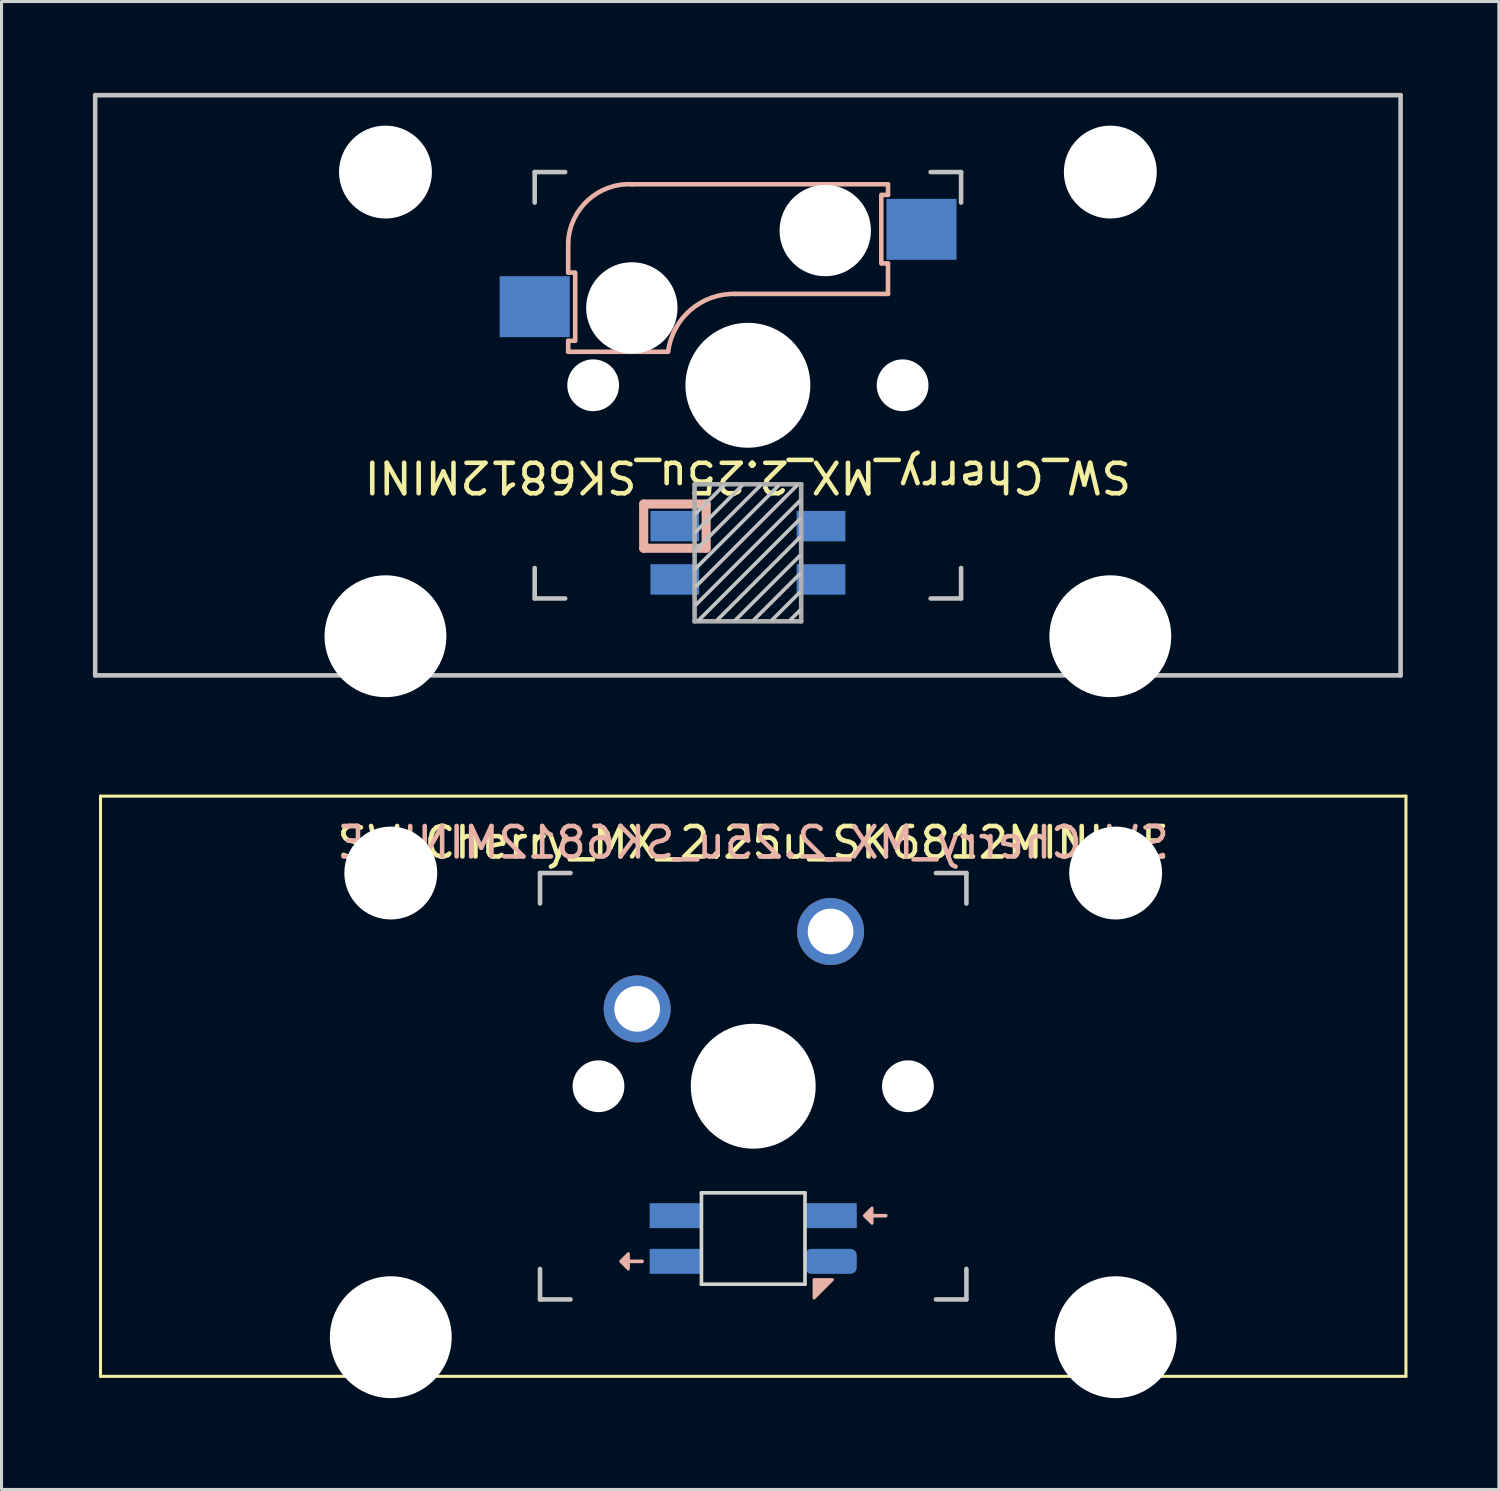
<source format=kicad_pcb>
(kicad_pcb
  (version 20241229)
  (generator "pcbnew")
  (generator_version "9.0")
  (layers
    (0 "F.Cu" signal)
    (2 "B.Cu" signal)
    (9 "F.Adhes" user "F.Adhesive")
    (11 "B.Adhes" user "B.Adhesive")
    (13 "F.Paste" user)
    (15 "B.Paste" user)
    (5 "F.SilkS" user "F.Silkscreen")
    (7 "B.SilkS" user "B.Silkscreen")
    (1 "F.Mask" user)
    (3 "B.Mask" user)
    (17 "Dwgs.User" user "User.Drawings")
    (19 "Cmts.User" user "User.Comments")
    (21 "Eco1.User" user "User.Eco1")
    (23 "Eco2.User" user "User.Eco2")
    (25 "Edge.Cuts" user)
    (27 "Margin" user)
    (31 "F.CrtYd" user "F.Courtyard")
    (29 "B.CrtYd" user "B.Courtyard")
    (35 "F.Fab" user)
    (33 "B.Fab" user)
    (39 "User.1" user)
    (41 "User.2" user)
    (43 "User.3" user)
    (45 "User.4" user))
  (footprint "SW_Cherry_MX_2.25u_SK6812MINI"
    (layer "F.Cu")
    (at 21.506 9.6)
    (property "Reference" "SW_Cherry_MX_2.25u_SK6812MINI" (at 0 3 180) (unlocked yes) (layer "F.SilkS") (effects (font (size 1 1) (thickness 0.15))))
    (attr through_hole)
    (fp_line (start -5.9 -4.7) (end -5.9 -3.7) (stroke (width 0.15) (type solid)) (layer "B.SilkS"))
    (fp_line (start -5.9 -3.7) (end -5.7 -3.7) (stroke (width 0.15) (type solid)) (layer "B.SilkS"))
    (fp_line (start -5.9 -1.1) (end -5.9 -1.46) (stroke (width 0.15) (type solid)) (layer "B.SilkS"))
    (fp_line (start -5.9 -1.1) (end -2.62 -1.1) (stroke (width 0.15) (type solid)) (layer "B.SilkS"))
    (fp_line (start -5.7 -1.46) (end -5.9 -1.46) (stroke (width 0.15) (type solid)) (layer "B.SilkS"))
    (fp_line (start -5.67 -3.7) (end -5.67 -1.46) (stroke (width 0.15) (type solid)) (layer "B.SilkS"))
    (fp_line (start -3.421 3.9) (end -1.371 3.9) (stroke (width 0.3) (type solid)) (layer "B.SilkS"))
    (fp_line (start -3.421 5.35) (end -3.421 3.9) (stroke (width 0.3) (type solid)) (layer "B.SilkS"))
    (fp_line (start -1.371 3.9) (end -1.371 5.35) (stroke (width 0.3) (type solid)) (layer "B.SilkS"))
    (fp_line (start -1.371 5.35) (end -3.421 5.35) (stroke (width 0.3) (type solid)) (layer "B.SilkS"))
    (fp_line (start -0.4 -3) (end 4.6 -3) (stroke (width 0.15) (type solid)) (layer "B.SilkS"))
    (fp_line (start 4.38 -4) (end 4.38 -6.25) (stroke (width 0.15) (type solid)) (layer "B.SilkS"))
    (fp_line (start 4.4 -6.25) (end 4.6 -6.25) (stroke (width 0.15) (type solid)) (layer "B.SilkS"))
    (fp_line (start 4.6 -6.6) (end -3.8 -6.6) (stroke (width 0.15) (type solid)) (layer "B.SilkS"))
    (fp_line (start 4.6 -6.25) (end 4.6 -6.6) (stroke (width 0.15) (type solid)) (layer "B.SilkS"))
    (fp_line (start 4.6 -4) (end 4.4 -4) (stroke (width 0.15) (type solid)) (layer "B.SilkS"))
    (fp_line (start 4.6 -3) (end 4.6 -4) (stroke (width 0.15) (type solid)) (layer "B.SilkS"))
    (fp_arc (start -5.9 -4.699999) (mid -5.243504 -6.084924) (end -3.800001 -6.6) (stroke (width 0.15) (type solid)) (layer "B.SilkS"))
    (fp_arc (start -2.616318 -1.121471) (mid -1.868709 -2.486118) (end -0.4 -3) (stroke (width 0.15) (type solid)) (layer "B.SilkS"))
    (fp_line (start -21.431 -9.525) (end 21.431 -9.525) (stroke (width 0.15) (type solid)) (layer "Dwgs.User"))
    (fp_line (start -21.431 9.525) (end -21.431 -9.525) (stroke (width 0.15) (type solid)) (layer "Dwgs.User"))
    (fp_line (start -7 -7) (end -6 -7) (stroke (width 0.15) (type solid)) (layer "Dwgs.User"))
    (fp_line (start -7 -6) (end -7 -7) (stroke (width 0.15) (type solid)) (layer "Dwgs.User"))
    (fp_line (start -7 6) (end -7 7) (stroke (width 0.15) (type solid)) (layer "Dwgs.User"))
    (fp_line (start -7 7) (end -6 7) (stroke (width 0.15) (type solid)) (layer "Dwgs.User"))
    (fp_line (start -0.8 3.3) (end -1.7 4.2) (stroke (width 0.12) (type solid)) (layer "Dwgs.User"))
    (fp_line (start -0.2 3.3) (end -1.7 4.8) (stroke (width 0.12) (type solid)) (layer "Dwgs.User"))
    (fp_line (start 0.4 3.3) (end -1.7 5.4) (stroke (width 0.12) (type solid)) (layer "Dwgs.User"))
    (fp_line (start 1 3.3) (end -1.7 6) (stroke (width 0.12) (type solid)) (layer "Dwgs.User"))
    (fp_line (start 1.6 3.3) (end -1.7 6.6) (stroke (width 0.12) (type solid)) (layer "Dwgs.User"))
    (fp_line (start 1.7 3.8) (end -1.7 7.2) (stroke (width 0.12) (type solid)) (layer "Dwgs.User"))
    (fp_line (start 1.7 4.4) (end -1.6 7.7) (stroke (width 0.12) (type solid)) (layer "Dwgs.User"))
    (fp_line (start 1.7 5) (end -1 7.7) (stroke (width 0.12) (type solid)) (layer "Dwgs.User"))
    (fp_line (start 1.7 5.6) (end -0.4 7.7) (stroke (width 0.12) (type solid)) (layer "Dwgs.User"))
    (fp_line (start 1.7 6.2) (end 0.2 7.7) (stroke (width 0.12) (type solid)) (layer "Dwgs.User"))
    (fp_line (start 1.7 6.8) (end 0.8 7.7) (stroke (width 0.12) (type solid)) (layer "Dwgs.User"))
    (fp_line (start 1.7 7.4) (end 1.4 7.7) (stroke (width 0.12) (type solid)) (layer "Dwgs.User"))
    (fp_line (start 6 7) (end 7 7) (stroke (width 0.15) (type solid)) (layer "Dwgs.User"))
    (fp_line (start 7 -7) (end 6 -7) (stroke (width 0.15) (type solid)) (layer "Dwgs.User"))
    (fp_line (start 7 -7) (end 7 -6) (stroke (width 0.15) (type solid)) (layer "Dwgs.User"))
    (fp_line (start 7 7) (end 7 6) (stroke (width 0.15) (type solid)) (layer "Dwgs.User"))
    (fp_line (start 21.431 -9.525) (end 21.431 9.525) (stroke (width 0.15) (type solid)) (layer "Dwgs.User"))
    (fp_line (start 21.431 9.525) (end -21.431 9.525) (stroke (width 0.15) (type solid)) (layer "Dwgs.User"))
    (fp_line (start -16.129 -2.286) (end -15.265 -2.286) (stroke (width 0.05) (type solid)) (layer "Eco1.User"))
    (fp_line (start -16.129 0.508) (end -16.129 -2.286) (stroke (width 0.05) (type solid)) (layer "Eco1.User"))
    (fp_line (start -15.265 -5.69) (end -8.611 -5.69) (stroke (width 0.05) (type solid)) (layer "Eco1.User"))
    (fp_line (start -15.265 -2.286) (end -15.265 -5.69) (stroke (width 0.05) (type solid)) (layer "Eco1.User"))
    (fp_line (start -15.265 0.508) (end -16.129 0.508) (stroke (width 0.05) (type solid)) (layer "Eco1.User"))
    (fp_line (start -15.265 6.604) (end -15.265 0.508) (stroke (width 0.05) (type solid)) (layer "Eco1.User"))
    (fp_line (start -14.224 6.604) (end -15.265 6.604) (stroke (width 0.05) (type solid)) (layer "Eco1.User"))
    (fp_line (start -14.224 7.772) (end -14.224 6.604) (stroke (width 0.05) (type solid)) (layer "Eco1.User"))
    (fp_line (start -9.652 6.604) (end -9.652 7.772) (stroke (width 0.05) (type solid)) (layer "Eco1.User"))
    (fp_line (start -9.652 7.772) (end -14.224 7.772) (stroke (width 0.05) (type solid)) (layer "Eco1.User"))
    (fp_line (start -8.611 -5.69) (end -8.611 -4.877) (stroke (width 0.05) (type solid)) (layer "Eco1.User"))
    (fp_line (start -8.611 -4.877) (end -6.985 -4.877) (stroke (width 0.05) (type solid)) (layer "Eco1.User"))
    (fp_line (start -8.611 5.817) (end -8.611 6.604) (stroke (width 0.05) (type solid)) (layer "Eco1.User"))
    (fp_line (start -8.611 6.604) (end -9.652 6.604) (stroke (width 0.05) (type solid)) (layer "Eco1.User"))
    (fp_line (start -6.985 -6.985) (end 6.985 -6.985) (stroke (width 0.05) (type solid)) (layer "Eco1.User"))
    (fp_line (start -6.985 -4.877) (end -6.985 -6.985) (stroke (width 0.05) (type solid)) (layer "Eco1.User"))
    (fp_line (start -6.985 5.817) (end -8.611 5.817) (stroke (width 0.05) (type solid)) (layer "Eco1.User"))
    (fp_line (start -6.985 6.985) (end -6.985 5.817) (stroke (width 0.05) (type solid)) (layer "Eco1.User"))
    (fp_line (start 6.985 -6.985) (end 6.985 -4.877) (stroke (width 0.05) (type solid)) (layer "Eco1.User"))
    (fp_line (start 6.985 -4.877) (end 8.611 -4.877) (stroke (width 0.05) (type solid)) (layer "Eco1.User"))
    (fp_line (start 6.985 5.817) (end 6.985 6.985) (stroke (width 0.05) (type solid)) (layer "Eco1.User"))
    (fp_line (start 6.985 6.985) (end -6.985 6.985) (stroke (width 0.05) (type solid)) (layer "Eco1.User"))
    (fp_line (start 8.611 -5.69) (end 15.265 -5.69) (stroke (width 0.05) (type solid)) (layer "Eco1.User"))
    (fp_line (start 8.611 -4.877) (end 8.611 -5.69) (stroke (width 0.05) (type solid)) (layer "Eco1.User"))
    (fp_line (start 8.611 5.817) (end 6.985 5.817) (stroke (width 0.05) (type solid)) (layer "Eco1.User"))
    (fp_line (start 8.611 6.604) (end 8.611 5.817) (stroke (width 0.05) (type solid)) (layer "Eco1.User"))
    (fp_line (start 9.652 6.604) (end 8.611 6.604) (stroke (width 0.05) (type solid)) (layer "Eco1.User"))
    (fp_line (start 9.652 7.772) (end 9.652 6.604) (stroke (width 0.05) (type solid)) (layer "Eco1.User"))
    (fp_line (start 14.224 6.604) (end 14.224 7.772) (stroke (width 0.05) (type solid)) (layer "Eco1.User"))
    (fp_line (start 14.224 7.772) (end 9.652 7.772) (stroke (width 0.05) (type solid)) (layer "Eco1.User"))
    (fp_line (start 15.265 -5.69) (end 15.265 -2.286) (stroke (width 0.05) (type solid)) (layer "Eco1.User"))
    (fp_line (start 15.265 -2.286) (end 16.129 -2.286) (stroke (width 0.05) (type solid)) (layer "Eco1.User"))
    (fp_line (start 15.265 0.508) (end 15.265 6.604) (stroke (width 0.05) (type solid)) (layer "Eco1.User"))
    (fp_line (start 15.265 6.604) (end 14.224 6.604) (stroke (width 0.05) (type solid)) (layer "Eco1.User"))
    (fp_line (start 16.129 -2.286) (end 16.129 0.508) (stroke (width 0.05) (type solid)) (layer "Eco1.User"))
    (fp_line (start 16.129 0.508) (end 15.265 0.508) (stroke (width 0.05) (type solid)) (layer "Eco1.User"))
    (fp_line (start -1.75 3.25) (end -1.75 7.75) (stroke (width 0.15) (type solid)) (layer "F.Fab"))
    (fp_line (start -1.75 3.25) (end 1.75 3.25) (stroke (width 0.15) (type solid)) (layer "F.Fab"))
    (fp_line (start 1.75 3.25) (end 1.75 7.75) (stroke (width 0.15) (type solid)) (layer "F.Fab"))
    (fp_line (start 1.75 7.75) (end -1.75 7.75) (stroke (width 0.15) (type solid)) (layer "F.Fab"))
    (pad "" np_thru_hole circle (at -11.9 -7) (size 3.05 3.05) (drill 3.05) (layers "*.Cu" "*.Mask"))
    (pad "" np_thru_hole circle (at -11.9 8.24) (size 4 4) (drill 4) (layers "*.Cu" "*.Mask"))
    (pad "" np_thru_hole circle (at -5.08 0) (size 1.7 1.7) (drill 1.7) (layers "*.Cu" "*.Mask"))
    (pad "" np_thru_hole circle (at -3.81 -2.54 180) (size 3 3) (drill 3) (layers "*.Cu" "*.Mask"))
    (pad "" np_thru_hole circle (at 0 0 90) (size 4.1 4.1) (drill 4.1) (layers "*.Cu" "*.Mask"))
    (pad "" np_thru_hole circle (at 2.54 -5.08 180) (size 3 3) (drill 3) (layers "*.Cu" "*.Mask"))
    (pad "" np_thru_hole circle (at 5.08 0) (size 1.7 1.7) (drill 1.7) (layers "*.Cu" "*.Mask"))
    (pad "" np_thru_hole circle (at 11.9 -7) (size 3.05 3.05) (drill 3.05) (layers "*.Cu" "*.Mask"))
    (pad "" np_thru_hole circle (at 11.9 8.24) (size 4 4) (drill 4) (layers "*.Cu" "*.Mask"))
    (pad "1" smd rect (at -2.4 4.625) (size 1.6 1) (layers "B.Cu" "B.Mask" "B.Paste"))
    (pad "2" smd rect (at -2.4 6.375) (size 1.6 1) (layers "B.Cu" "B.Mask" "B.Paste"))
    (pad "3" smd rect (at 2.4 6.375) (size 1.6 1) (layers "B.Cu" "B.Mask" "B.Paste"))
    (pad "4" smd rect (at 2.4 4.625) (size 1.6 1) (layers "B.Cu" "B.Mask" "B.Paste"))
    (pad "5" smd rect (at -7 -2.58 180) (size 2.3 2) (layers "B.Cu" "B.Mask" "B.Paste"))
    (pad "6" smd rect (at 5.7 -5.12 180) (size 2.3 2) (layers "B.Cu" "B.Mask" "B.Paste")))
  (footprint "SW_Cherry_MX_2.25u_SK6812MINI-E"
    (layer "F.Cu")
    (at 0.25 23.09)
    (property "Reference" "SW_Cherry_MX_2.25u_SK6812MINI-E" (at 21.431 1.525 0) (unlocked yes) (layer "F.SilkS") (effects (font (size 1 1) (thickness 0.15))))
    (attr through_hole)
    (fp_line (start 0 0) (end 42.862 0) (stroke (width 0.1) (type solid)) (layer "F.SilkS"))
    (fp_line (start 0 19.05) (end 0 0) (stroke (width 0.1) (type solid)) (layer "F.SilkS"))
    (fp_line (start 42.862 0) (end 42.862 19.05) (stroke (width 0.1) (type solid)) (layer "F.SilkS"))
    (fp_line (start 42.862 19.05) (end 0 19.05) (stroke (width 0.1) (type solid)) (layer "F.SilkS"))
    (fp_line (start 17.331 15.275) (end 17.781 15.275) (stroke (width 0.12) (type solid)) (layer "B.SilkS"))
    (fp_line (start 25.331 13.775) (end 25.781 13.775) (stroke (width 0.12) (type solid)) (layer "B.SilkS"))
    (fp_poly (pts (xy 17.331 15.025) (xy 17.081 15.275) (xy 17.331 15.525)) (stroke (width 0.1) (type solid)) (fill yes) (layer "B.SilkS"))
    (fp_poly (pts (xy 23.431 16.475) (xy 23.431 15.875) (xy 24.031 15.875)) (stroke (width 0.1) (type solid)) (fill yes) (layer "B.SilkS"))
    (fp_poly (pts (xy 25.331 13.525) (xy 25.081 13.775) (xy 25.331 14.025)) (stroke (width 0.1) (type solid)) (fill yes) (layer "B.SilkS"))
    (fp_line (start 14.431 2.525) (end 15.431 2.525) (stroke (width 0.15) (type solid)) (layer "Dwgs.User"))
    (fp_line (start 14.431 3.525) (end 14.431 2.525) (stroke (width 0.15) (type solid)) (layer "Dwgs.User"))
    (fp_line (start 14.431 15.525) (end 14.431 16.525) (stroke (width 0.15) (type solid)) (layer "Dwgs.User"))
    (fp_line (start 14.431 16.525) (end 15.431 16.525) (stroke (width 0.15) (type solid)) (layer "Dwgs.User"))
    (fp_line (start 27.431 16.525) (end 28.431 16.525) (stroke (width 0.15) (type solid)) (layer "Dwgs.User"))
    (fp_line (start 28.431 2.525) (end 27.431 2.525) (stroke (width 0.15) (type solid)) (layer "Dwgs.User"))
    (fp_line (start 28.431 2.525) (end 28.431 3.525) (stroke (width 0.15) (type solid)) (layer "Dwgs.User"))
    (fp_line (start 28.431 16.525) (end 28.431 15.525) (stroke (width 0.15) (type solid)) (layer "Dwgs.User"))
    (fp_line (start 5.301 17.297) (end 5.302 3.835) (stroke (width 0.05) (type solid)) (layer "Eco1.User"))
    (fp_line (start 5.302 3.835) (end 14.38 3.835) (stroke (width 0.05) (type solid)) (layer "Eco1.User"))
    (fp_line (start 12.381 16.129) (end 12.381 17.297) (stroke (width 0.05) (type solid)) (layer "Eco1.User"))
    (fp_line (start 12.381 17.297) (end 5.301 17.297) (stroke (width 0.05) (type solid)) (layer "Eco1.User"))
    (fp_line (start 14.38 2.48) (end 14.38 3.835) (stroke (width 0.05) (type solid)) (layer "Eco1.User"))
    (fp_line (start 14.38 2.48) (end 28.48 2.48) (stroke (width 0.05) (type solid)) (layer "Eco1.User"))
    (fp_line (start 14.38 16.129) (end 12.381 16.129) (stroke (width 0.05) (type solid)) (layer "Eco1.User"))
    (fp_line (start 14.38 16.129) (end 14.38 16.58) (stroke (width 0.05) (type solid)) (layer "Eco1.User"))
    (fp_line (start 28.48 2.48) (end 28.48 3.835) (stroke (width 0.05) (type solid)) (layer "Eco1.User"))
    (fp_line (start 28.48 16.129) (end 28.48 16.58) (stroke (width 0.05) (type solid)) (layer "Eco1.User"))
    (fp_line (start 28.48 16.129) (end 30.481 16.129) (stroke (width 0.05) (type solid)) (layer "Eco1.User"))
    (fp_line (start 28.48 16.58) (end 14.38 16.58) (stroke (width 0.05) (type solid)) (layer "Eco1.User"))
    (fp_line (start 30.481 17.297) (end 30.481 16.129) (stroke (width 0.05) (type solid)) (layer "Eco1.User"))
    (fp_line (start 30.481 17.297) (end 37.561 17.297) (stroke (width 0.05) (type solid)) (layer "Eco1.User"))
    (fp_line (start 37.56 3.835) (end 28.48 3.835) (stroke (width 0.05) (type solid)) (layer "Eco1.User"))
    (fp_line (start 37.561 17.297) (end 37.56 3.835) (stroke (width 0.05) (type solid)) (layer "Eco1.User"))
    (fp_line (start 19.731 13.025) (end 23.131 13.025) (stroke (width 0.12) (type solid)) (layer "Edge.Cuts"))
    (fp_line (start 19.731 16.025) (end 19.731 13.025) (stroke (width 0.12) (type solid)) (layer "Edge.Cuts"))
    (fp_line (start 23.131 13.025) (end 23.131 16.025) (stroke (width 0.12) (type solid)) (layer "Edge.Cuts"))
    (fp_line (start 23.131 16.025) (end 19.731 16.025) (stroke (width 0.12) (type solid)) (layer "Edge.Cuts"))
    (fp_text user "${REFERENCE}" (at 21.431 1.525 0) (layer "B.SilkS") (effects (font (size 1 1) (thickness 0.15)) (justify mirror)))
    (pad "" np_thru_hole circle (at 9.531 2.525) (size 3.05 3.05) (drill 3.05) (layers "*.Cu" "*.Mask"))
    (pad "" np_thru_hole circle (at 9.531 17.765) (size 4 4) (drill 4) (layers "*.Cu" "*.Mask"))
    (pad "" np_thru_hole circle (at 16.351 9.525) (size 1.7 1.7) (drill 1.7) (layers "*.Cu" "*.Mask"))
    (pad "" np_thru_hole circle (at 21.431 9.525 90) (size 4.1 4.1) (drill 4.1) (layers "*.Cu" "*.Mask"))
    (pad "" np_thru_hole circle (at 26.511 9.525) (size 1.7 1.7) (drill 1.7) (layers "*.Cu" "*.Mask"))
    (pad "" np_thru_hole circle (at 33.331 2.525) (size 3.05 3.05) (drill 3.05) (layers "*.Cu" "*.Mask"))
    (pad "" np_thru_hole circle (at 33.331 17.765) (size 4 4) (drill 4) (layers "*.Cu" "*.Mask"))
    (pad "1" thru_hole circle (at 17.621 6.985 180) (size 2.2 2.2) (drill 1.5) (layers "*.Cu" "*.Mask"))
    (pad "2" thru_hole circle (at 23.971 4.445 180) (size 2.2 2.2) (drill 1.5) (layers "*.Cu" "*.Mask"))
    (pad "3" smd rect (at 18.881 13.775) (size 1.7 0.82) (layers "B.Cu" "B.Mask" "B.Paste"))
    (pad "4" smd rect (at 18.881 15.275) (size 1.7 0.82) (layers "B.Cu" "B.Mask" "B.Paste"))
    (pad "5" smd roundrect (at 23.981 15.275) (size 1.7 0.82) (layers "B.Cu" "B.Mask" "B.Paste") (roundrect_rratio 0.25))
    (pad "6" smd rect (at 23.981 13.775) (size 1.7 0.82) (layers "B.Cu" "B.Mask" "B.Paste")))
  (gr_rect
    (start -3 -3)
    (end 46.163 45.855)
    (stroke (width 0.1) (type default))
    (fill no)
    (layer "Edge.Cuts")))
</source>
